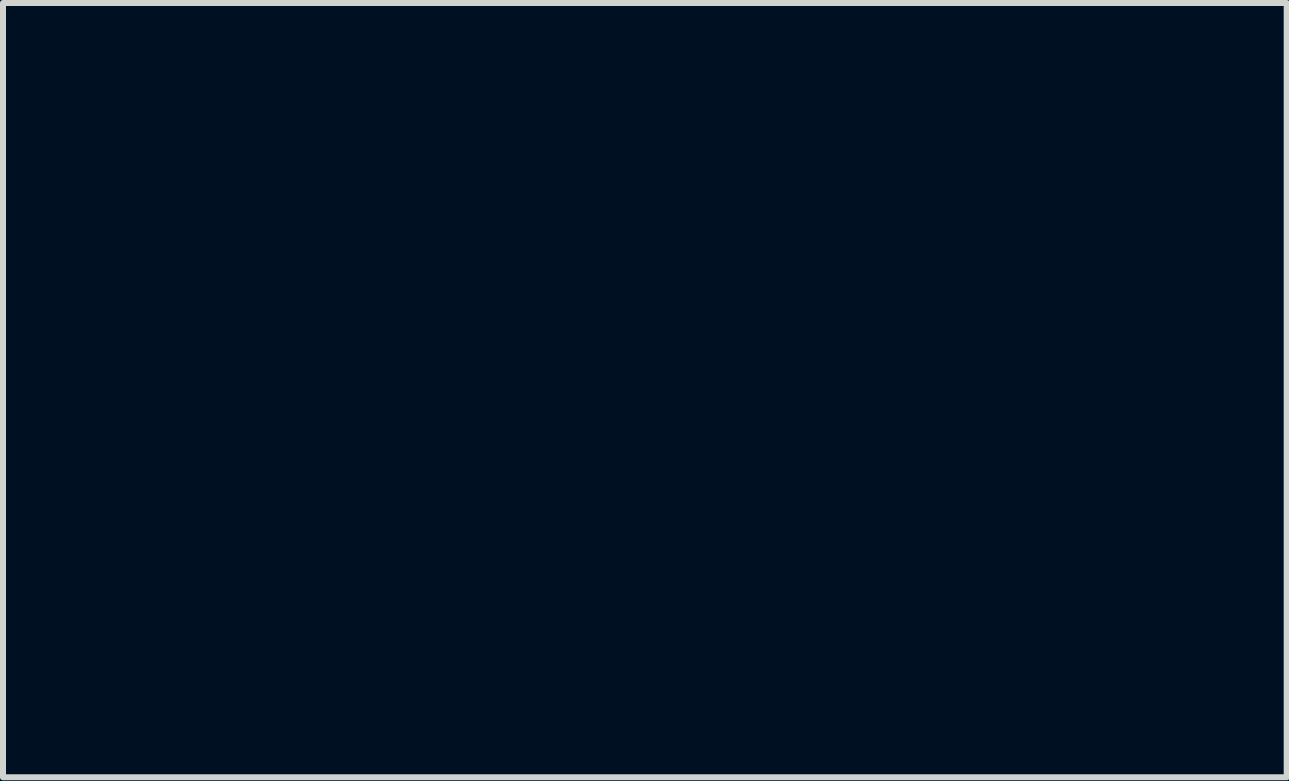
<source format=kicad_pcb>
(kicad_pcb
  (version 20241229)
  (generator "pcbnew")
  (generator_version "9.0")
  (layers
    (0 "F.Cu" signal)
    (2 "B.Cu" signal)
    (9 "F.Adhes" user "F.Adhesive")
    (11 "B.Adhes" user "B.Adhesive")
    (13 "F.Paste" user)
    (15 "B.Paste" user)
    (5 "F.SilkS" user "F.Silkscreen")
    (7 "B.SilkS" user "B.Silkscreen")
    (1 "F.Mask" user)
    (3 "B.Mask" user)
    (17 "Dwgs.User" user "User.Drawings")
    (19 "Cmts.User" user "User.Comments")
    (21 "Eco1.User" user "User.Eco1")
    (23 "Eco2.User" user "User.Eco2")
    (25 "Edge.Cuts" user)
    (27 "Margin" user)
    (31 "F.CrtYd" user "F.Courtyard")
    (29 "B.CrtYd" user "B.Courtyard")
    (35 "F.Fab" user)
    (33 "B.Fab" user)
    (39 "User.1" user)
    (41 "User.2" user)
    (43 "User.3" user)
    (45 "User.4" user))
  (footprint "kitchen_head"
    (layer "F.Cu")
    (at 7.7 3.446)
    (property "Reference" "kitchen_head" (at 0 0 0) (layer "F.Mask") (effects (font (size 1.524 1.524) (thickness 0.3))))
    (attr through_hole)
    (fp_poly (pts (xy 0.567 2.15) (xy 0.603 2.164) (xy 0.657 2.185) (xy 0.729 2.214) (xy 0.817 2.249) (xy 0.917 2.29) (xy 1.029 2.335) (xy 1.149 2.384) (xy 1.277 2.436) (xy 1.286 2.44) (xy 1.434 2.501) (xy 1.562 2.553) (xy 1.669 2.596) (xy 1.759 2.632) (xy 1.833 2.662) (xy 1.893 2.685) (xy 1.941 2.702) (xy 1.98 2.715) (xy 2.01 2.724) (xy 2.035 2.73) (xy 2.055 2.733) (xy 2.073 2.735) (xy 2.087 2.735) (xy 2.147 2.738) (xy 2.212 2.747) (xy 2.246 2.753) (xy 2.289 2.765) (xy 2.342 2.782) (xy 2.398 2.802) (xy 2.451 2.822) (xy 2.496 2.84) (xy 2.526 2.855) (xy 2.534 2.86) (xy 2.533 2.874) (xy 2.523 2.906) (xy 2.508 2.951) (xy 2.489 3.004) (xy 2.468 3.058) (xy 2.447 3.11) (xy 2.428 3.154) (xy 2.414 3.184) (xy 2.407 3.194) (xy 2.392 3.193) (xy 2.36 3.183) (xy 2.314 3.165) (xy 2.264 3.143) (xy 2.153 3.09) (xy 2.064 3.038) (xy 1.996 2.986) (xy 1.964 2.955) (xy 1.953 2.945) (xy 1.936 2.934) (xy 1.912 2.92) (xy 1.877 2.902) (xy 1.832 2.881) (xy 1.774 2.855) (xy 1.701 2.824) (xy 1.613 2.787) (xy 1.507 2.742) (xy 1.382 2.69) (xy 1.236 2.63) (xy 1.131 2.587) (xy 0.996 2.532) (xy 0.868 2.479) (xy 0.747 2.43) (xy 0.638 2.385) (xy 0.541 2.345) (xy 0.458 2.311) (xy 0.392 2.284) (xy 0.345 2.265) (xy 0.318 2.254) (xy 0.313 2.252) (xy 0.307 2.246) (xy 0.319 2.235) (xy 0.349 2.22) (xy 0.402 2.199) (xy 0.414 2.194) (xy 0.467 2.174) (xy 0.512 2.158) (xy 0.543 2.148) (xy 0.553 2.145) (xy 0.567 2.15)) (stroke (width 0.01) (type solid)) (fill yes) (layer "F.Mask"))
    (fp_poly (pts (xy -3.535 0.154) (xy -3.515 0.156) (xy -3.492 0.161) (xy -3.464 0.169) (xy -3.427 0.181) (xy -3.38 0.199) (xy -3.32 0.222) (xy -3.246 0.251) (xy -3.155 0.288) (xy -3.045 0.332) (xy -2.914 0.386) (xy -2.9 0.392) (xy -2.771 0.444) (xy -2.638 0.499) (xy -2.505 0.553) (xy -2.377 0.605) (xy -2.257 0.654) (xy -2.149 0.698) (xy -2.058 0.735) (xy -2.003 0.758) (xy -1.92 0.792) (xy -1.844 0.823) (xy -1.779 0.851) (xy -1.728 0.873) (xy -1.695 0.888) (xy -1.682 0.894) (xy -1.668 0.916) (xy -1.666 0.929) (xy -1.656 0.953) (xy -1.631 0.981) (xy -1.599 1.004) (xy -1.569 1.017) (xy -1.563 1.018) (xy -1.534 1.012) (xy -1.5 0.998) (xy -1.466 0.986) (xy -1.439 0.991) (xy -1.437 0.992) (xy -1.404 1.02) (xy -1.389 1.061) (xy -1.391 1.116) (xy -1.411 1.187) (xy -1.424 1.22) (xy -1.462 1.312) (xy -1.396 1.341) (xy -1.369 1.352) (xy -1.321 1.372) (xy -1.256 1.398) (xy -1.177 1.431) (xy -1.088 1.468) (xy -0.99 1.507) (xy -0.894 1.546) (xy -0.795 1.587) (xy -0.704 1.624) (xy -0.624 1.658) (xy -0.556 1.686) (xy -0.505 1.709) (xy -0.471 1.724) (xy -0.458 1.731) (xy -0.458 1.731) (xy -0.469 1.739) (xy -0.498 1.754) (xy -0.541 1.774) (xy -0.576 1.789) (xy -0.694 1.84) (xy -1.107 1.67) (xy -1.204 1.631) (xy -1.292 1.595) (xy -1.371 1.564) (xy -1.437 1.538) (xy -1.487 1.519) (xy -1.519 1.507) (xy -1.53 1.504) (xy -1.539 1.517) (xy -1.555 1.547) (xy -1.575 1.589) (xy -1.583 1.607) (xy -1.606 1.655) (xy -1.628 1.695) (xy -1.646 1.72) (xy -1.649 1.724) (xy -1.681 1.739) (xy -1.718 1.742) (xy -1.752 1.737) (xy -1.775 1.723) (xy -1.781 1.708) (xy -1.789 1.688) (xy -1.81 1.661) (xy -1.818 1.653) (xy -1.862 1.622) (xy -1.909 1.617) (xy -1.951 1.63) (xy -1.956 1.632) (xy -1.96 1.635) (xy -1.964 1.637) (xy -1.97 1.637) (xy -1.98 1.636) (xy -1.994 1.632) (xy -2.015 1.626) (xy -2.043 1.616) (xy -2.08 1.602) (xy -2.127 1.584) (xy -2.186 1.56) (xy -2.258 1.532) (xy -2.344 1.497) (xy -2.446 1.455) (xy -2.566 1.406) (xy -2.704 1.349) (xy -2.862 1.285) (xy -3.042 1.211) (xy -3.141 1.17) (xy -3.307 1.102) (xy -3.45 1.043) (xy -3.57 0.992) (xy -3.667 0.95) (xy -3.741 0.916) (xy -3.794 0.891) (xy -3.825 0.873) (xy -3.832 0.868) (xy -3.868 0.826) (xy -3.896 0.779) (xy -3.914 0.733) (xy -3.914 0.733) (xy -3.644 0.733) (xy -3.638 0.75) (xy -3.625 0.757) (xy -3.59 0.773) (xy -3.537 0.797) (xy -3.466 0.828) (xy -3.381 0.864) (xy -3.284 0.905) (xy -3.176 0.95) (xy -3.061 0.998) (xy -2.94 1.048) (xy -2.816 1.099) (xy -2.691 1.15) (xy -2.568 1.201) (xy -2.447 1.25) (xy -2.333 1.296) (xy -2.226 1.339) (xy -2.13 1.378) (xy -2.046 1.411) (xy -1.978 1.438) (xy -1.926 1.458) (xy -1.893 1.469) (xy -1.882 1.472) (xy -1.867 1.458) (xy -1.863 1.438) (xy -1.865 1.432) (xy -1.869 1.425) (xy -1.879 1.417) (xy -1.895 1.407) (xy -1.919 1.394) (xy -1.953 1.377) (xy -1.998 1.357) (xy -2.056 1.331) (xy -2.129 1.301) (xy -2.218 1.264) (xy -2.324 1.22) (xy -2.449 1.168) (xy -2.595 1.108) (xy -2.728 1.054) (xy -2.869 0.996) (xy -3.004 0.941) (xy -3.129 0.89) (xy -3.245 0.844) (xy -3.348 0.802) (xy -3.437 0.767) (xy -3.51 0.738) (xy -3.566 0.717) (xy -3.601 0.704) (xy -3.614 0.7) (xy -3.636 0.71) (xy -3.644 0.733) (xy -3.914 0.733) (xy -3.917 0.71) (xy -3.912 0.689) (xy -3.898 0.65) (xy -3.878 0.595) (xy -3.852 0.529) (xy -3.822 0.456) (xy -3.821 0.452) (xy -3.701 0.452) (xy -3.694 0.477) (xy -3.673 0.482) (xy -3.64 0.466) (xy -3.628 0.458) (xy -3.588 0.438) (xy -3.548 0.432) (xy -3.534 0.435) (xy -3.51 0.441) (xy -3.474 0.453) (xy -3.427 0.47) (xy -3.366 0.493) (xy -3.29 0.522) (xy -3.2 0.557) (xy -3.093 0.6) (xy -2.969 0.65) (xy -2.827 0.707) (xy -2.665 0.773) (xy -2.483 0.848) (xy -2.28 0.931) (xy -2.054 1.024) (xy -2.035 1.032) (xy -1.956 1.064) (xy -1.885 1.092) (xy -1.824 1.115) (xy -1.778 1.131) (xy -1.749 1.14) (xy -1.743 1.141) (xy -1.728 1.128) (xy -1.723 1.108) (xy -1.725 1.1) (xy -1.73 1.092) (xy -1.742 1.082) (xy -1.761 1.071) (xy -1.791 1.056) (xy -1.832 1.036) (xy -1.887 1.012) (xy -1.958 0.982) (xy -2.047 0.945) (xy -2.156 0.9) (xy -2.277 0.851) (xy -2.472 0.77) (xy -2.646 0.699) (xy -2.799 0.637) (xy -2.933 0.582) (xy -3.048 0.535) (xy -3.148 0.495) (xy -3.232 0.462) (xy -3.303 0.434) (xy -3.361 0.411) (xy -3.408 0.394) (xy -3.447 0.38) (xy -3.477 0.371) (xy -3.5 0.364) (xy -3.519 0.36) (xy -3.534 0.358) (xy -3.546 0.358) (xy -3.557 0.359) (xy -3.561 0.359) (xy -3.616 0.371) (xy -3.661 0.393) (xy -3.691 0.423) (xy -3.701 0.452) (xy -3.821 0.452) (xy -3.818 0.446) (xy -3.78 0.357) (xy -3.75 0.289) (xy -3.724 0.239) (xy -3.699 0.203) (xy -3.675 0.18) (xy -3.648 0.167) (xy -3.615 0.159) (xy -3.575 0.155) (xy -3.571 0.155) (xy -3.552 0.154) (xy -3.535 0.154)) (stroke (width 0.01) (type solid)) (fill yes) (layer "F.Mask"))
    (fp_poly (pts (xy -1.16 -3.435) (xy -1.037 -3.422) (xy -0.967 -3.41) (xy -0.812 -3.369) (xy -0.662 -3.313) (xy -0.526 -3.245) (xy -0.463 -3.206) (xy -0.363 -3.133) (xy -0.277 -3.053) (xy -0.199 -2.959) (xy -0.156 -2.898) (xy -0.105 -2.831) (xy -0.055 -2.78) (xy -0.032 -2.763) (xy 0.015 -2.737) (xy 0.063 -2.72) (xy 0.106 -2.712) (xy 0.136 -2.715) (xy 0.143 -2.72) (xy 0.151 -2.741) (xy 0.14 -2.762) (xy 0.114 -2.772) (xy 0.108 -2.773) (xy 0.047 -2.785) (xy -0.013 -2.821) (xy -0.056 -2.862) (xy -0.08 -2.89) (xy -0.092 -2.911) (xy -0.089 -2.927) (xy -0.068 -2.945) (xy -0.029 -2.967) (xy 0.006 -2.985) (xy 0.154 -3.048) (xy 0.317 -3.094) (xy 0.488 -3.122) (xy 0.663 -3.132) (xy 0.837 -3.123) (xy 1.005 -3.095) (xy 1.128 -3.06) (xy 1.266 -3.004) (xy 1.386 -2.937) (xy 1.487 -2.861) (xy 1.568 -2.777) (xy 1.629 -2.688) (xy 1.67 -2.593) (xy 1.689 -2.496) (xy 1.686 -2.398) (xy 1.66 -2.3) (xy 1.611 -2.204) (xy 1.538 -2.112) (xy 1.52 -2.093) (xy 1.426 -2.014) (xy 1.319 -1.946) (xy 1.204 -1.891) (xy 1.088 -1.852) (xy 0.979 -1.833) (xy 0.93 -1.828) (xy 0.902 -1.823) (xy 0.888 -1.815) (xy 0.884 -1.802) (xy 0.884 -1.8) (xy 0.888 -1.784) (xy 0.903 -1.776) (xy 0.935 -1.772) (xy 0.951 -1.77) (xy 1.018 -1.767) (xy 1.018 -1.45) (xy 1.08 -1.45) (xy 1.129 -1.446) (xy 1.165 -1.43) (xy 1.176 -1.421) (xy 1.209 -1.393) (xy 1.157 -0.452) (xy 1.147 -0.264) (xy 1.137 -0.101) (xy 1.129 0.039) (xy 1.121 0.159) (xy 1.115 0.258) (xy 1.109 0.34) (xy 1.104 0.404) (xy 1.099 0.452) (xy 1.094 0.487) (xy 1.09 0.508) (xy 1.087 0.518) (xy 1.061 0.54) (xy 1.027 0.552) (xy 0.988 0.557) (xy 0.928 0.562) (xy 0.851 0.568) (xy 0.761 0.573) (xy 0.661 0.578) (xy 0.557 0.583) (xy 0.452 0.587) (xy 0.35 0.591) (xy 0.318 0.591) (xy 0.161 0.595) (xy 0.026 0.598) (xy -0.092 0.601) (xy -0.197 0.602) (xy -0.293 0.603) (xy -0.384 0.603) (xy -0.474 0.602) (xy -0.568 0.601) (xy -0.669 0.599) (xy -0.744 0.597) (xy -0.89 0.593) (xy -1.03 0.589) (xy -1.161 0.583) (xy -1.281 0.577) (xy -1.388 0.571) (xy -1.478 0.564) (xy -1.551 0.558) (xy -1.603 0.551) (xy -1.631 0.545) (xy -1.66 0.524) (xy -1.677 0.485) (xy -1.677 0.485) (xy -1.68 0.465) (xy -1.684 0.421) (xy -1.689 0.357) (xy -1.694 0.273) (xy -1.701 0.174) (xy -1.708 0.06) (xy -1.715 -0.066) (xy -1.72 -0.148) (xy -0.928 -0.148) (xy -0.928 -0.04) (xy -0.928 0.045) (xy -0.927 0.111) (xy -0.925 0.16) (xy -0.922 0.194) (xy -0.919 0.218) (xy -0.914 0.233) (xy -0.908 0.243) (xy -0.907 0.244) (xy -0.893 0.255) (xy -0.872 0.262) (xy -0.838 0.266) (xy -0.786 0.267) (xy -0.764 0.267) (xy -0.694 0.265) (xy -0.647 0.26) (xy -0.619 0.251) (xy -0.616 0.249) (xy -0.61 0.244) (xy -0.606 0.236) (xy -0.602 0.224) (xy -0.598 0.205) (xy -0.596 0.177) (xy -0.594 0.137) (xy -0.592 0.084) (xy -0.591 0.016) (xy -0.59 -0.071) (xy -0.589 -0.178) (xy -0.588 -0.307) (xy -0.588 -0.369) (xy -0.588 -0.375) (xy -0.297 -0.375) (xy -0.293 -0.26) (xy -0.277 -0.16) (xy -0.248 -0.067) (xy -0.214 0.01) (xy -0.179 0.067) (xy -0.132 0.125) (xy -0.081 0.176) (xy -0.03 0.216) (xy 0.014 0.238) (xy 0.1 0.253) (xy 0.185 0.245) (xy 0.251 0.222) (xy 0.33 0.169) (xy 0.398 0.096) (xy 0.454 0.007) (xy 0.497 -0.095) (xy 0.526 -0.207) (xy 0.542 -0.324) (xy 0.542 -0.444) (xy 0.526 -0.564) (xy 0.494 -0.678) (xy 0.467 -0.742) (xy 0.415 -0.834) (xy 0.357 -0.905) (xy 0.29 -0.958) (xy 0.266 -0.972) (xy 0.185 -1.004) (xy 0.103 -1.01) (xy 0.023 -0.991) (xy -0.054 -0.948) (xy -0.124 -0.885) (xy -0.196 -0.79) (xy -0.248 -0.682) (xy -0.281 -0.561) (xy -0.296 -0.423) (xy -0.297 -0.375) (xy -0.588 -0.375) (xy -0.587 -0.509) (xy -0.587 -0.626) (xy -0.586 -0.722) (xy -0.587 -0.799) (xy -0.588 -0.859) (xy -0.589 -0.905) (xy -0.591 -0.939) (xy -0.594 -0.962) (xy -0.597 -0.978) (xy -0.601 -0.988) (xy -0.606 -0.994) (xy -0.62 -1.005) (xy -0.64 -1.012) (xy -0.673 -1.016) (xy -0.723 -1.017) (xy -0.751 -1.018) (xy -0.817 -1.016) (xy -0.861 -1.012) (xy -0.887 -1.004) (xy -0.894 -1) (xy -0.902 -0.979) (xy -0.908 -0.933) (xy -0.914 -0.863) (xy -0.919 -0.769) (xy -0.923 -0.653) (xy -0.926 -0.514) (xy -0.928 -0.353) (xy -0.928 -0.171) (xy -0.928 -0.148) (xy -1.72 -0.148) (xy -1.723 -0.202) (xy -1.731 -0.346) (xy -1.735 -0.413) (xy -1.743 -0.56) (xy -1.751 -0.7) (xy -1.758 -0.832) (xy -1.765 -0.953) (xy -1.771 -1.062) (xy -1.777 -1.154) (xy -1.782 -1.23) (xy -1.785 -1.285) (xy -1.788 -1.318) (xy -1.788 -1.325) (xy -1.791 -1.365) (xy -1.785 -1.391) (xy -1.767 -1.414) (xy -1.763 -1.418) (xy -1.74 -1.436) (xy -1.714 -1.446) (xy -1.676 -1.45) (xy -1.654 -1.45) (xy -1.577 -1.45) (xy -1.577 -1.698) (xy -1.481 -1.694) (xy -1.424 -1.693) (xy -1.385 -1.697) (xy -1.37 -1.703) (xy -1.362 -1.717) (xy -1.371 -1.728) (xy -1.398 -1.738) (xy -1.446 -1.747) (xy -1.517 -1.755) (xy -1.697 -1.783) (xy -1.866 -1.827) (xy -2.02 -1.888) (xy -2.16 -1.964) (xy -2.281 -2.053) (xy -2.384 -2.156) (xy -2.467 -2.27) (xy -2.494 -2.321) (xy -2.519 -2.373) (xy -2.535 -2.414) (xy -2.545 -2.452) (xy -2.55 -2.497) (xy -2.554 -2.558) (xy -2.554 -2.56) (xy -2.556 -2.624) (xy -2.554 -2.671) (xy -2.549 -2.711) (xy -2.538 -2.752) (xy -2.528 -2.78) (xy -2.473 -2.901) (xy -2.395 -3.012) (xy -2.296 -3.113) (xy -2.178 -3.204) (xy -2.041 -3.282) (xy -1.887 -3.347) (xy -1.719 -3.398) (xy -1.666 -3.41) (xy -1.555 -3.428) (xy -1.428 -3.438) (xy -1.293 -3.441) (xy -1.16 -3.435)) (stroke (width 0.01) (type solid)) (fill yes) (layer "F.Mask"))
    (fp_poly (pts (xy 3.881 0.224) (xy 3.902 0.228) (xy 3.909 0.238) (xy 3.909 0.248) (xy 3.903 0.268) (xy 3.885 0.289) (xy 3.855 0.312) (xy 3.809 0.339) (xy 3.745 0.371) (xy 3.661 0.41) (xy 3.59 0.441) (xy 3.506 0.479) (xy 3.443 0.508) (xy 3.399 0.53) (xy 3.371 0.547) (xy 3.357 0.56) (xy 3.354 0.569) (xy 3.357 0.596) (xy 3.364 0.634) (xy 3.364 0.637) (xy 3.367 0.676) (xy 3.355 0.701) (xy 3.34 0.709) (xy 3.304 0.726) (xy 3.249 0.752) (xy 3.175 0.785) (xy 3.085 0.826) (xy 2.981 0.872) (xy 2.863 0.924) (xy 2.735 0.981) (xy 2.598 1.041) (xy 2.453 1.105) (xy 2.374 1.139) (xy 2.227 1.203) (xy 2.086 1.265) (xy 1.954 1.323) (xy 1.832 1.377) (xy 1.723 1.426) (xy 1.627 1.468) (xy 1.546 1.505) (xy 1.483 1.533) (xy 1.439 1.554) (xy 1.416 1.566) (xy 1.412 1.568) (xy 1.417 1.583) (xy 1.43 1.616) (xy 1.45 1.664) (xy 1.475 1.723) (xy 1.489 1.755) (xy 1.52 1.83) (xy 1.542 1.885) (xy 1.552 1.925) (xy 1.551 1.954) (xy 1.538 1.975) (xy 1.513 1.993) (xy 1.477 2.011) (xy 1.467 2.015) (xy 1.405 2.042) (xy 1.36 2.055) (xy 1.328 2.054) (xy 1.305 2.037) (xy 1.286 2.005) (xy 1.276 1.983) (xy 1.261 1.951) (xy 1.245 1.932) (xy 1.242 1.93) (xy 1.224 1.926) (xy 1.186 1.92) (xy 1.136 1.913) (xy 1.093 1.907) (xy 0.958 1.891) (xy 0.749 1.971) (xy 0.588 2.034) (xy 0.408 2.105) (xy 0.212 2.182) (xy 0.007 2.265) (xy -0.206 2.351) (xy -0.42 2.439) (xy -0.598 2.512) (xy -0.758 2.579) (xy -0.897 2.637) (xy -1.015 2.686) (xy -1.115 2.727) (xy -1.198 2.761) (xy -1.266 2.789) (xy -1.32 2.81) (xy -1.363 2.826) (xy -1.395 2.838) (xy -1.419 2.845) (xy -1.436 2.849) (xy -1.448 2.85) (xy -1.457 2.848) (xy -1.463 2.845) (xy -1.47 2.84) (xy -1.478 2.836) (xy -1.481 2.834) (xy -1.506 2.814) (xy -1.531 2.781) (xy -1.54 2.764) (xy -1.558 2.732) (xy -1.572 2.714) (xy -1.576 2.712) (xy -1.642 2.74) (xy -1.702 2.769) (xy -1.752 2.795) (xy -1.787 2.816) (xy -1.805 2.83) (xy -1.806 2.833) (xy -1.814 2.865) (xy -1.836 2.908) (xy -1.866 2.955) (xy -1.901 2.999) (xy -1.925 3.024) (xy -1.957 3.048) (xy -2.01 3.081) (xy -2.079 3.12) (xy -2.162 3.164) (xy -2.254 3.211) (xy -2.352 3.259) (xy -2.454 3.307) (xy -2.556 3.353) (xy -2.653 3.396) (xy -2.744 3.433) (xy -2.744 3.433) (xy -2.808 3.458) (xy -2.827 3.408) (xy -2.839 3.377) (xy -2.839 3.361) (xy -2.828 3.353) (xy -2.819 3.35) (xy -2.79 3.339) (xy -2.741 3.319) (xy -2.678 3.291) (xy -2.602 3.258) (xy -2.52 3.22) (xy -2.433 3.18) (xy -2.347 3.139) (xy -2.264 3.1) (xy -2.251 3.094) (xy -2.153 3.044) (xy -2.072 2.998) (xy -2.01 2.958) (xy -1.968 2.923) (xy -1.948 2.896) (xy -1.946 2.888) (xy -1.957 2.887) (xy -1.986 2.894) (xy -2.026 2.907) (xy -2.032 2.909) (xy -2.144 2.945) (xy -2.239 2.965) (xy -2.318 2.968) (xy -2.383 2.954) (xy -2.435 2.923) (xy -2.476 2.874) (xy -2.49 2.849) (xy -2.514 2.777) (xy -2.515 2.724) (xy -2.413 2.724) (xy -2.409 2.773) (xy -2.387 2.819) (xy -2.377 2.832) (xy -2.337 2.855) (xy -2.279 2.862) (xy -2.202 2.851) (xy -2.111 2.825) (xy -2.035 2.799) (xy -1.981 2.779) (xy -1.945 2.763) (xy -1.923 2.749) (xy -1.913 2.737) (xy -1.912 2.723) (xy -1.914 2.712) (xy -1.934 2.671) (xy -1.97 2.628) (xy -2.015 2.593) (xy -2.028 2.586) (xy -2.075 2.572) (xy -2.137 2.57) (xy -2.204 2.577) (xy -2.27 2.595) (xy -2.312 2.614) (xy -2.352 2.639) (xy -2.385 2.666) (xy -2.399 2.681) (xy -2.413 2.724) (xy -2.515 2.724) (xy -2.515 2.708) (xy -2.493 2.643) (xy -2.449 2.585) (xy -2.386 2.535) (xy -2.304 2.496) (xy -2.205 2.468) (xy -2.197 2.467) (xy -2.107 2.462) (xy -2.022 2.478) (xy -1.945 2.515) (xy -1.88 2.568) (xy -1.833 2.638) (xy -1.825 2.655) (xy -1.808 2.683) (xy -1.793 2.693) (xy -1.79 2.693) (xy -1.733 2.669) (xy -1.683 2.646) (xy -1.643 2.626) (xy -1.62 2.612) (xy -1.615 2.607) (xy -1.62 2.59) (xy -1.632 2.559) (xy -1.641 2.537) (xy -1.656 2.497) (xy -1.665 2.46) (xy -1.666 2.448) (xy -1.666 2.439) (xy -1.666 2.43) (xy -1.664 2.422) (xy -1.659 2.413) (xy -1.651 2.403) (xy -1.638 2.391) (xy -1.619 2.377) (xy -1.594 2.361) (xy -1.56 2.342) (xy -1.518 2.319) (xy -1.465 2.292) (xy -1.402 2.26) (xy -1.327 2.223) (xy -1.238 2.18) (xy -1.135 2.13) (xy -1.017 2.074) (xy -0.883 2.011) (xy -0.732 1.939) (xy -0.562 1.859) (xy -0.372 1.77) (xy -0.162 1.672) (xy 0.069 1.563) (xy 0.173 1.515) (xy 0.696 1.269) (xy 0.774 1.156) (xy 0.806 1.108) (xy 0.832 1.066) (xy 0.848 1.035) (xy 0.852 1.023) (xy 0.847 0.999) (xy 0.833 0.967) (xy 0.832 0.965) (xy 0.818 0.927) (xy 0.82 0.896) (xy 0.842 0.869) (xy 0.886 0.843) (xy 0.916 0.829) (xy 0.974 0.804) (xy 1.015 0.792) (xy 1.043 0.791) (xy 1.063 0.801) (xy 1.067 0.806) (xy 1.077 0.824) (xy 1.095 0.86) (xy 1.119 0.91) (xy 1.146 0.97) (xy 1.157 0.994) (xy 1.184 1.054) (xy 1.209 1.104) (xy 1.229 1.14) (xy 1.241 1.159) (xy 1.244 1.161) (xy 1.258 1.155) (xy 1.293 1.141) (xy 1.346 1.118) (xy 1.415 1.088) (xy 1.498 1.052) (xy 1.592 1.011) (xy 1.694 0.967) (xy 1.764 0.937) (xy 1.975 0.844) (xy 2.164 0.761) (xy 2.333 0.688) (xy 2.482 0.622) (xy 2.612 0.566) (xy 2.726 0.516) (xy 2.824 0.474) (xy 2.907 0.438) (xy 2.976 0.408) (xy 3.034 0.384) (xy 3.08 0.365) (xy 3.117 0.35) (xy 3.146 0.339) (xy 3.167 0.332) (xy 3.183 0.327) (xy 3.194 0.325) (xy 3.201 0.325) (xy 3.207 0.326) (xy 3.211 0.328) (xy 3.214 0.33) (xy 3.24 0.35) (xy 3.261 0.383) (xy 3.263 0.388) (xy 3.278 0.417) (xy 3.29 0.432) (xy 3.292 0.432) (xy 3.307 0.428) (xy 3.34 0.414) (xy 3.39 0.393) (xy 3.452 0.366) (xy 3.523 0.335) (xy 3.537 0.328) (xy 3.621 0.292) (xy 3.686 0.264) (xy 3.736 0.245) (xy 3.774 0.233) (xy 3.806 0.226) (xy 3.834 0.224) (xy 3.841 0.223) (xy 3.881 0.224)) (stroke (width 0.01) (type solid)) (fill yes) (layer "F.Mask")))
  (gr_rect
    (start -3 -3)
    (end 18.4 9.908)
    (stroke (width 0.1) (type default))
    (fill no)
    (layer "Edge.Cuts")))
</source>
